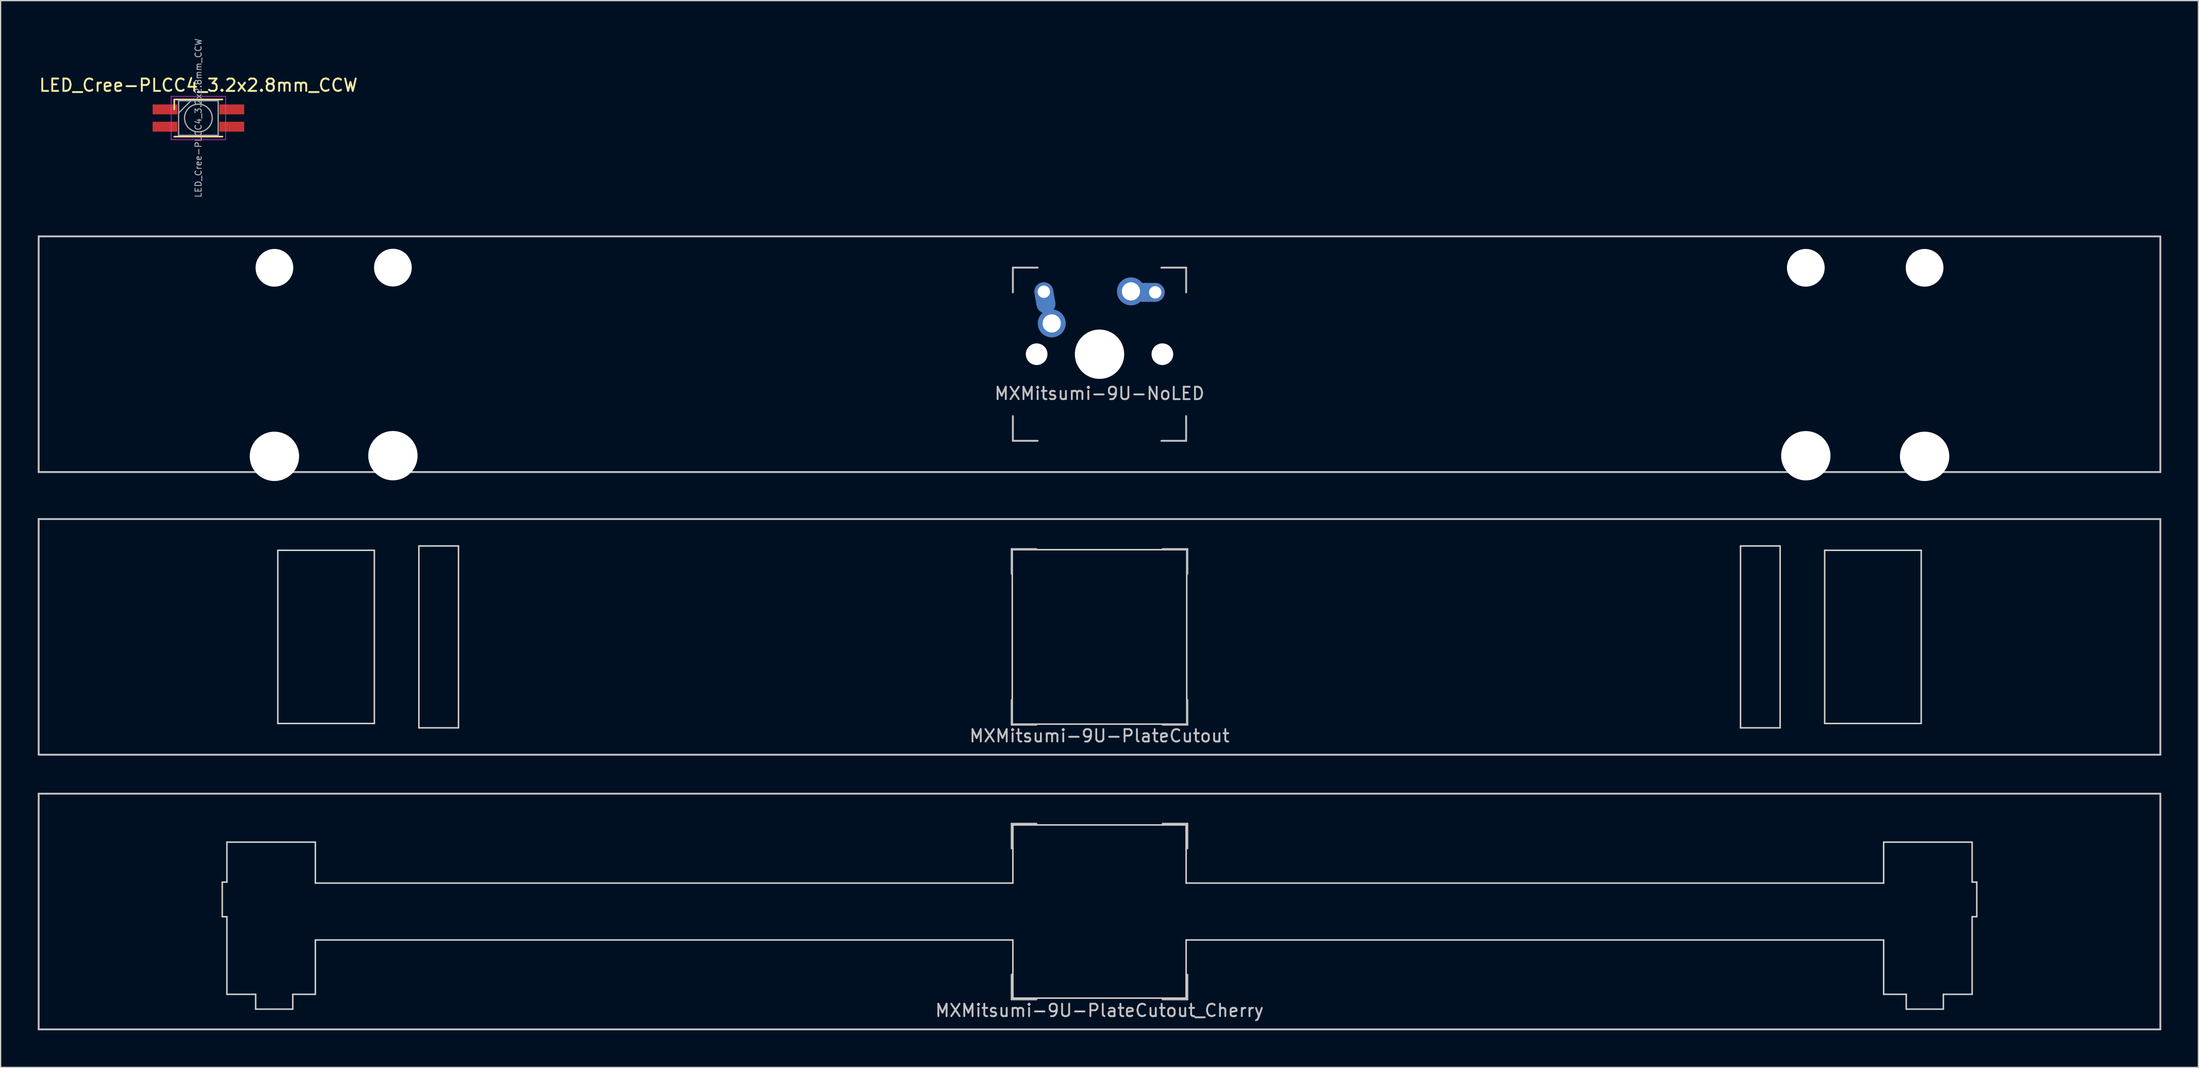
<source format=kicad_pcb>
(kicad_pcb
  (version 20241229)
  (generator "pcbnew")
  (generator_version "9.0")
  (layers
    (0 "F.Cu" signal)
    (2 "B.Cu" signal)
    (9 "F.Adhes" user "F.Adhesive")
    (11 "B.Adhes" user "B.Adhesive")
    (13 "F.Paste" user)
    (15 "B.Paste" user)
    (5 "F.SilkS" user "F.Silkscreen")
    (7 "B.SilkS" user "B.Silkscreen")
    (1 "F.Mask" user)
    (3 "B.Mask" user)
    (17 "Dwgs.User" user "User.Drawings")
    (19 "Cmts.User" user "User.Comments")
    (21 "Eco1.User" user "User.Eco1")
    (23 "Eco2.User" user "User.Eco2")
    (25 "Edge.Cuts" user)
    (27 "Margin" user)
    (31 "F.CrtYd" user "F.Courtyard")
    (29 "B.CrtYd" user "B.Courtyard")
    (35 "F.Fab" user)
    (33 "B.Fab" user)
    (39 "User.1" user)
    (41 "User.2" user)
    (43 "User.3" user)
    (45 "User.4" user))
  (footprint "LED_Cree-PLCC4_3.2x2.8mm_CCW"
    (layer "F.Cu")
    (at 12.982 6.491)
    (property "Reference" "LED_Cree-PLCC4_3.2x2.8mm_CCW" (at 0 -2.65 0) (layer "F.SilkS") (effects (font (size 1 1) (thickness 0.15))))
    (attr smd)
    (fp_line (start -1.95 -1.5) (end 1.95 -1.5) (stroke (width 0.12) (type solid)) (layer "F.SilkS"))
    (fp_line (start -1.95 -0.7) (end -1.95 -1.5) (stroke (width 0.12) (type solid)) (layer "F.SilkS"))
    (fp_line (start -1.95 1.5) (end 1.95 1.5) (stroke (width 0.12) (type solid)) (layer "F.SilkS"))
    (fp_line (start -2.2 -1.75) (end -2.2 1.75) (stroke (width 0.05) (type solid)) (layer "F.CrtYd"))
    (fp_line (start -2.2 1.75) (end 2.2 1.75) (stroke (width 0.05) (type solid)) (layer "F.CrtYd"))
    (fp_line (start 2.2 -1.75) (end -2.2 -1.75) (stroke (width 0.05) (type solid)) (layer "F.CrtYd"))
    (fp_line (start 2.2 1.75) (end 2.2 -1.75) (stroke (width 0.05) (type solid)) (layer "F.CrtYd"))
    (fp_line (start -1.6 -1.4) (end -1.6 1.4) (stroke (width 0.1) (type solid)) (layer "F.Fab"))
    (fp_line (start -1.6 1.4) (end 1.6 1.4) (stroke (width 0.1) (type solid)) (layer "F.Fab"))
    (fp_line (start -0.6 -1.4) (end -1.6 -0.4) (stroke (width 0.1) (type solid)) (layer "F.Fab"))
    (fp_line (start 1.6 -1.4) (end -1.6 -1.4) (stroke (width 0.1) (type solid)) (layer "F.Fab"))
    (fp_line (start 1.6 1.4) (end 1.6 -1.4) (stroke (width 0.1) (type solid)) (layer "F.Fab"))
    (fp_circle (center 0 0) (end 1.12 0) (stroke (width 0.1) (type solid)) (fill no) (layer "F.Fab"))
    (fp_text user "${REFERENCE}" (at 0 0 90) (layer "F.Fab") (effects (font (size 0.5 0.5) (thickness 0.075))))
    (pad "1" smd rect (at -2.7 -0.7) (size 2 0.8) (layers "F.Cu" "F.Mask" "F.Paste"))
    (pad "2" smd rect (at -2.7 0.7) (size 2 0.8) (layers "F.Cu" "F.Mask" "F.Paste"))
    (pad "3" smd rect (at 2.7 0.7) (size 2 0.8) (layers "F.Cu" "F.Mask" "F.Paste"))
    (pad "4" smd rect (at 2.7 -0.7) (size 2 0.8) (layers "F.Cu" "F.Mask" "F.Paste")))
  (footprint "MXMitsumi-9U-PlateCutout"
    (layer "F.Cu")
    (at 85.8 48.431)
    (property "Reference" "MXMitsumi-9U-PlateCutout" (at 0 8 0) (layer "Dwgs.User") (effects (font (size 1 1) (thickness 0.15))))
    (attr through_hole)
    (fp_line (start -85.725 -9.525) (end 85.725 -9.525) (stroke (width 0.15) (type solid)) (layer "Dwgs.User"))
    (fp_line (start -85.725 9.525) (end -85.725 -9.525) (stroke (width 0.15) (type solid)) (layer "Dwgs.User"))
    (fp_line (start -85.725 9.525) (end 85.725 9.525) (stroke (width 0.15) (type solid)) (layer "Dwgs.User"))
    (fp_line (start -7.1 -7.1) (end -7.1 -5.1) (stroke (width 0.15) (type solid)) (layer "Dwgs.User"))
    (fp_line (start -7.1 5.1) (end -7.1 7.1) (stroke (width 0.15) (type solid)) (layer "Dwgs.User"))
    (fp_line (start -7.1 7.1) (end -5.1 7.1) (stroke (width 0.15) (type solid)) (layer "Dwgs.User"))
    (fp_line (start -5.1 -7.1) (end -7.1 -7.1) (stroke (width 0.15) (type solid)) (layer "Dwgs.User"))
    (fp_line (start 5.1 -7.1) (end 7.1 -7.1) (stroke (width 0.15) (type solid)) (layer "Dwgs.User"))
    (fp_line (start 5.1 7.1) (end 7.1 7.1) (stroke (width 0.15) (type solid)) (layer "Dwgs.User"))
    (fp_line (start 7.1 -7.1) (end 7.1 -5.1) (stroke (width 0.15) (type solid)) (layer "Dwgs.User"))
    (fp_line (start 7.1 7.1) (end 7.1 5.1) (stroke (width 0.15) (type solid)) (layer "Dwgs.User"))
    (fp_line (start 85.725 -9.525) (end 85.725 9.525) (stroke (width 0.15) (type solid)) (layer "Dwgs.User"))
    (fp_line (start -66.4 -7) (end -66.4 7) (stroke (width 0.12) (type solid)) (layer "Edge.Cuts"))
    (fp_line (start -66.4 7) (end -58.6 7) (stroke (width 0.12) (type solid)) (layer "Edge.Cuts"))
    (fp_line (start -58.6 -7) (end -66.4 -7) (stroke (width 0.12) (type solid)) (layer "Edge.Cuts"))
    (fp_line (start -58.6 7) (end -58.6 -7) (stroke (width 0.12) (type solid)) (layer "Edge.Cuts"))
    (fp_line (start -55 -7.35) (end -55 7.35) (stroke (width 0.12) (type solid)) (layer "Edge.Cuts"))
    (fp_line (start -55 7.35) (end -51.8 7.35) (stroke (width 0.12) (type solid)) (layer "Edge.Cuts"))
    (fp_line (start -51.8 -7.35) (end -55 -7.35) (stroke (width 0.12) (type solid)) (layer "Edge.Cuts"))
    (fp_line (start -51.8 7.35) (end -51.8 -7.35) (stroke (width 0.12) (type solid)) (layer "Edge.Cuts"))
    (fp_line (start -7.05 -7.05) (end 7.05 -7.05) (stroke (width 0.12) (type solid)) (layer "Edge.Cuts"))
    (fp_line (start -7.05 7.05) (end -7.05 -7.05) (stroke (width 0.12) (type solid)) (layer "Edge.Cuts"))
    (fp_line (start 7.05 -7.05) (end 7.05 7.05) (stroke (width 0.12) (type solid)) (layer "Edge.Cuts"))
    (fp_line (start 7.05 7.05) (end -7.05 7.05) (stroke (width 0.12) (type solid)) (layer "Edge.Cuts"))
    (fp_line (start 51.8 -7.35) (end 55 -7.35) (stroke (width 0.12) (type solid)) (layer "Edge.Cuts"))
    (fp_line (start 51.8 7.35) (end 51.8 -7.35) (stroke (width 0.12) (type solid)) (layer "Edge.Cuts"))
    (fp_line (start 55 -7.35) (end 55 7.35) (stroke (width 0.12) (type solid)) (layer "Edge.Cuts"))
    (fp_line (start 55 7.35) (end 51.8 7.35) (stroke (width 0.12) (type solid)) (layer "Edge.Cuts"))
    (fp_line (start 58.6 -7) (end 66.4 -7) (stroke (width 0.12) (type solid)) (layer "Edge.Cuts"))
    (fp_line (start 58.6 7) (end 58.6 -7) (stroke (width 0.12) (type solid)) (layer "Edge.Cuts"))
    (fp_line (start 66.4 -7) (end 66.4 7) (stroke (width 0.12) (type solid)) (layer "Edge.Cuts"))
    (fp_line (start 66.4 7) (end 58.6 7) (stroke (width 0.12) (type solid)) (layer "Edge.Cuts")))
  (footprint "MXMitsumi-9U-NoLED"
    (layer "F.Cu")
    (at 85.8 25.582)
    (property "Reference" "MXMitsumi-9U-NoLED" (at 0 3.175 0) (layer "Dwgs.User") (effects (font (size 1 1) (thickness 0.15))))
    (attr through_hole)
    (fp_line (start -85.725 -9.525) (end 85.725 -9.525) (stroke (width 0.15) (type solid)) (layer "Dwgs.User"))
    (fp_line (start -85.725 9.525) (end -85.725 -9.525) (stroke (width 0.15) (type solid)) (layer "Dwgs.User"))
    (fp_line (start -85.725 9.525) (end 85.725 9.525) (stroke (width 0.15) (type solid)) (layer "Dwgs.User"))
    (fp_line (start -7 -7) (end -7 -5) (stroke (width 0.15) (type solid)) (layer "Dwgs.User"))
    (fp_line (start -7 5) (end -7 7) (stroke (width 0.15) (type solid)) (layer "Dwgs.User"))
    (fp_line (start -7 7) (end -5 7) (stroke (width 0.15) (type solid)) (layer "Dwgs.User"))
    (fp_line (start -5 -7) (end -7 -7) (stroke (width 0.15) (type solid)) (layer "Dwgs.User"))
    (fp_line (start 5 -7) (end 7 -7) (stroke (width 0.15) (type solid)) (layer "Dwgs.User"))
    (fp_line (start 5 7) (end 7 7) (stroke (width 0.15) (type solid)) (layer "Dwgs.User"))
    (fp_line (start 7 -7) (end 7 -5) (stroke (width 0.15) (type solid)) (layer "Dwgs.User"))
    (fp_line (start 7 7) (end 7 5) (stroke (width 0.15) (type solid)) (layer "Dwgs.User"))
    (fp_line (start 85.725 -9.525) (end 85.725 9.525) (stroke (width 0.15) (type solid)) (layer "Dwgs.User"))
    (pad "" np_thru_hole circle (at -66.675 -6.985) (size 3.048 3.048) (drill 3.048) (layers "*.Cu" "*.Mask"))
    (pad "" np_thru_hole circle (at -66.675 8.255) (size 3.988 3.988) (drill 3.988) (layers "*.Cu" "*.Mask"))
    (pad "" np_thru_hole circle (at -57.1 -7) (size 3.048 3.048) (drill 3.048) (layers "*.Cu" "*.Mask"))
    (pad "" np_thru_hole circle (at -57.1 8.2) (size 3.988 3.988) (drill 3.988) (layers "*.Cu" "*.Mask"))
    (pad "" np_thru_hole circle (at -5.08 0 48.1) (size 1.75 1.75) (drill 1.75) (layers "*.Cu" "*.Mask"))
    (pad "" np_thru_hole circle (at 0 0) (size 3.988 3.988) (drill 3.988) (layers "*.Cu" "*.Mask"))
    (pad "" np_thru_hole circle (at 5.08 0 48.1) (size 1.75 1.75) (drill 1.75) (layers "*.Cu" "*.Mask"))
    (pad "" np_thru_hole circle (at 57.075 -6.985) (size 3.048 3.048) (drill 3.048) (layers "*.Cu" "*.Mask"))
    (pad "" np_thru_hole circle (at 57.075 8.205) (size 3.988 3.988) (drill 3.988) (layers "*.Cu" "*.Mask"))
    (pad "" np_thru_hole circle (at 66.675 -6.985) (size 3.048 3.048) (drill 3.048) (layers "*.Cu" "*.Mask"))
    (pad "" np_thru_hole circle (at 66.675 8.255) (size 3.988 3.988) (drill 3.988) (layers "*.Cu" "*.Mask"))
    (pad "1" thru_hole oval (at -4.5 -5.05 280) (size 2.524 1.524) (drill 1 (offset 0.5 0)) (layers "*.Cu" "B.Mask"))
    (pad "1" thru_hole circle (at -3.86 -2.49) (size 2.25 2.25) (drill 1.47) (layers "*.Cu" "B.Mask"))
    (pad "2" thru_hole circle (at 2.54 -5.08) (size 2.25 2.25) (drill 1.47) (layers "*.Cu" "B.Mask"))
    (pad "2" thru_hole oval (at 4.5 -5) (size 2.524 1.524) (drill 1 (offset -0.5 0)) (layers "*.Cu" "B.Mask")))
  (footprint "MXMitsumi-9U-PlateCutout_Cherry"
    (layer "F.Cu")
    (at 85.8 70.631)
    (property "Reference" "MXMitsumi-9U-PlateCutout_Cherry" (at 0 8 0) (layer "Dwgs.User") (effects (font (size 1 1) (thickness 0.15))))
    (attr through_hole)
    (fp_line (start -85.725 -9.525) (end 85.725 -9.525) (stroke (width 0.15) (type solid)) (layer "Dwgs.User"))
    (fp_line (start -85.725 9.525) (end -85.725 -9.525) (stroke (width 0.15) (type solid)) (layer "Dwgs.User"))
    (fp_line (start -85.725 9.525) (end 85.725 9.525) (stroke (width 0.15) (type solid)) (layer "Dwgs.User"))
    (fp_line (start -7.1 -7.1) (end -7.1 -5.1) (stroke (width 0.15) (type solid)) (layer "Dwgs.User"))
    (fp_line (start -7.1 5.1) (end -7.1 7.1) (stroke (width 0.15) (type solid)) (layer "Dwgs.User"))
    (fp_line (start -7.1 7.1) (end -5.1 7.1) (stroke (width 0.15) (type solid)) (layer "Dwgs.User"))
    (fp_line (start -5.1 -7.1) (end -7.1 -7.1) (stroke (width 0.15) (type solid)) (layer "Dwgs.User"))
    (fp_line (start 5.1 -7.1) (end 7.1 -7.1) (stroke (width 0.15) (type solid)) (layer "Dwgs.User"))
    (fp_line (start 5.1 7.1) (end 7.1 7.1) (stroke (width 0.15) (type solid)) (layer "Dwgs.User"))
    (fp_line (start 7.1 -7.1) (end 7.1 -5.1) (stroke (width 0.15) (type solid)) (layer "Dwgs.User"))
    (fp_line (start 7.1 7.1) (end 7.1 5.1) (stroke (width 0.15) (type solid)) (layer "Dwgs.User"))
    (fp_line (start 85.725 -9.525) (end 85.725 9.525) (stroke (width 0.15) (type solid)) (layer "Dwgs.User"))
    (fp_line (start -70.89 -2.38) (end -70.89 0.42) (stroke (width 0.12) (type solid)) (layer "Edge.Cuts"))
    (fp_line (start -70.515 -5.61) (end -70.515 -2.38) (stroke (width 0.12) (type solid)) (layer "Edge.Cuts"))
    (fp_line (start -70.515 -2.38) (end -70.89 -2.38) (stroke (width 0.12) (type solid)) (layer "Edge.Cuts"))
    (fp_line (start -70.515 0.42) (end -70.89 0.42) (stroke (width 0.12) (type solid)) (layer "Edge.Cuts"))
    (fp_line (start -70.515 6.69) (end -70.515 0.42) (stroke (width 0.12) (type solid)) (layer "Edge.Cuts"))
    (fp_line (start -68.19 6.69) (end -70.515 6.69) (stroke (width 0.12) (type solid)) (layer "Edge.Cuts"))
    (fp_line (start -68.19 7.89) (end -68.19 6.69) (stroke (width 0.12) (type solid)) (layer "Edge.Cuts"))
    (fp_line (start -65.19 7.89) (end -68.19 7.89) (stroke (width 0.12) (type solid)) (layer "Edge.Cuts"))
    (fp_line (start -65.19 7.89) (end -65.19 6.69) (stroke (width 0.12) (type solid)) (layer "Edge.Cuts"))
    (fp_line (start -63.365 -5.61) (end -70.515 -5.61) (stroke (width 0.12) (type solid)) (layer "Edge.Cuts"))
    (fp_line (start -63.365 -2.3) (end -63.365 -5.61) (stroke (width 0.12) (type solid)) (layer "Edge.Cuts"))
    (fp_line (start -63.365 2.3) (end -7 2.3) (stroke (width 0.12) (type solid)) (layer "Edge.Cuts"))
    (fp_line (start -63.365 6.69) (end -65.19 6.69) (stroke (width 0.12) (type solid)) (layer "Edge.Cuts"))
    (fp_line (start -63.365 6.69) (end -63.365 2.3) (stroke (width 0.12) (type solid)) (layer "Edge.Cuts"))
    (fp_line (start -7 -7) (end 7 -7) (stroke (width 0.12) (type solid)) (layer "Edge.Cuts"))
    (fp_line (start -7 -2.3) (end -63.365 -2.3) (stroke (width 0.12) (type solid)) (layer "Edge.Cuts"))
    (fp_line (start -7 -2.3) (end -7 -7) (stroke (width 0.12) (type solid)) (layer "Edge.Cuts"))
    (fp_line (start -7 2.3) (end -7 7) (stroke (width 0.12) (type solid)) (layer "Edge.Cuts"))
    (fp_line (start 7 -2.3) (end 7 -7) (stroke (width 0.12) (type solid)) (layer "Edge.Cuts"))
    (fp_line (start 7 2.3) (end 7 7) (stroke (width 0.12) (type solid)) (layer "Edge.Cuts"))
    (fp_line (start 7 7) (end -7 7) (stroke (width 0.12) (type solid)) (layer "Edge.Cuts"))
    (fp_line (start 63.365 -5.61) (end 70.515 -5.61) (stroke (width 0.12) (type solid)) (layer "Edge.Cuts"))
    (fp_line (start 63.365 -2.3) (end 7 -2.3) (stroke (width 0.12) (type solid)) (layer "Edge.Cuts"))
    (fp_line (start 63.365 -2.3) (end 63.365 -5.61) (stroke (width 0.12) (type solid)) (layer "Edge.Cuts"))
    (fp_line (start 63.365 2.3) (end 7 2.3) (stroke (width 0.12) (type solid)) (layer "Edge.Cuts"))
    (fp_line (start 63.365 6.69) (end 63.365 2.3) (stroke (width 0.12) (type solid)) (layer "Edge.Cuts"))
    (fp_line (start 65.19 6.69) (end 63.365 6.69) (stroke (width 0.12) (type solid)) (layer "Edge.Cuts"))
    (fp_line (start 65.19 7.89) (end 65.19 6.69) (stroke (width 0.12) (type solid)) (layer "Edge.Cuts"))
    (fp_line (start 65.19 7.89) (end 68.19 7.89) (stroke (width 0.12) (type solid)) (layer "Edge.Cuts"))
    (fp_line (start 68.19 7.89) (end 68.19 6.69) (stroke (width 0.12) (type solid)) (layer "Edge.Cuts"))
    (fp_line (start 70.515 -5.61) (end 70.515 -2.38) (stroke (width 0.12) (type solid)) (layer "Edge.Cuts"))
    (fp_line (start 70.515 -2.38) (end 70.89 -2.38) (stroke (width 0.12) (type solid)) (layer "Edge.Cuts"))
    (fp_line (start 70.515 0.42) (end 70.89 0.42) (stroke (width 0.12) (type solid)) (layer "Edge.Cuts"))
    (fp_line (start 70.515 6.69) (end 68.19 6.69) (stroke (width 0.12) (type solid)) (layer "Edge.Cuts"))
    (fp_line (start 70.515 6.69) (end 70.515 0.42) (stroke (width 0.12) (type solid)) (layer "Edge.Cuts"))
    (fp_line (start 70.89 -2.38) (end 70.89 0.42) (stroke (width 0.12) (type solid)) (layer "Edge.Cuts")))
  (gr_rect
    (start -3 -3)
    (end 174.6 83.231)
    (stroke (width 0.1) (type default))
    (fill no)
    (layer "Edge.Cuts")))
</source>
